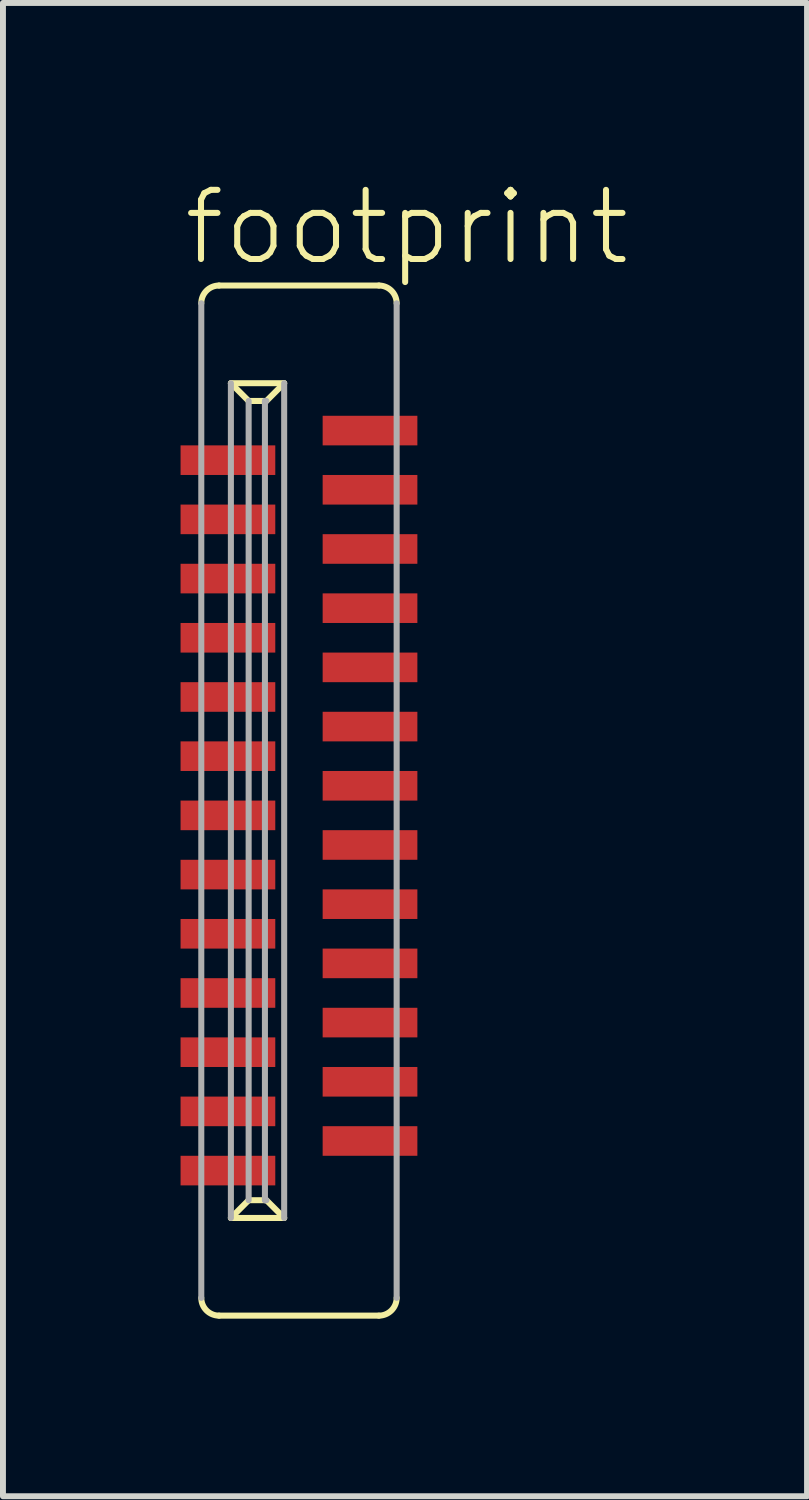
<source format=kicad_pcb>
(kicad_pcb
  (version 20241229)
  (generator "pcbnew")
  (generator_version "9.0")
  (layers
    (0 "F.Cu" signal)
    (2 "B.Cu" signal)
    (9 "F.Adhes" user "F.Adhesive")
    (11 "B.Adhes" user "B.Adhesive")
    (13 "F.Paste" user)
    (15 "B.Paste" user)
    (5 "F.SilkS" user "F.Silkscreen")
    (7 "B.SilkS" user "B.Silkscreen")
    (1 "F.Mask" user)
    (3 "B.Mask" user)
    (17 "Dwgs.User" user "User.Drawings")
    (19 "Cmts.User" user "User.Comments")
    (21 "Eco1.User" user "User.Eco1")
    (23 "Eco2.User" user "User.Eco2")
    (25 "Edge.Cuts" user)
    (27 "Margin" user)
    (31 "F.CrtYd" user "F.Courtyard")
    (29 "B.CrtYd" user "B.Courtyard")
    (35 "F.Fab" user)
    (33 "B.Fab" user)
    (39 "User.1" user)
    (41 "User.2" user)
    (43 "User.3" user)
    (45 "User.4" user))
  (footprint "footprint"
    (layer "F.Cu")
    (at 2 10.473)
    (property "Reference" "footprint" (at -2 -9 0) (layer "F.SilkS") (effects (font (size 1.168 1.168) (thickness 0.102)) (justify left bottom)))
    (fp_line (start -1.35 8.7) (end 1.35 8.7) (stroke (width 0.102) (type solid)) (layer "F.SilkS"))
    (fp_line (start -1.15 7.05) (end -0.85 6.75) (stroke (width 0.102) (type solid)) (layer "F.SilkS"))
    (fp_line (start -0.85 -6.75) (end -1.15 -7.05) (stroke (width 0.102) (type solid)) (layer "F.SilkS"))
    (fp_line (start -0.575 -6.75) (end -0.85 -6.75) (stroke (width 0.102) (type solid)) (layer "F.SilkS"))
    (fp_line (start -0.575 6.75) (end -0.85 6.75) (stroke (width 0.102) (type solid)) (layer "F.SilkS"))
    (fp_line (start -0.25 -7.05) (end -1.15 -7.05) (stroke (width 0.102) (type solid)) (layer "F.SilkS"))
    (fp_line (start -0.25 -7.05) (end -0.55 -6.75) (stroke (width 0.102) (type solid)) (layer "F.SilkS"))
    (fp_line (start -0.25 7.05) (end -1.15 7.05) (stroke (width 0.102) (type solid)) (layer "F.SilkS"))
    (fp_line (start -0.25 7.05) (end -0.55 6.75) (stroke (width 0.102) (type solid)) (layer "F.SilkS"))
    (fp_line (start 1.35 -8.7) (end -1.35 -8.7) (stroke (width 0.102) (type solid)) (layer "F.SilkS"))
    (fp_arc (start -1.65 -8.4) (mid -1.562132 -8.612132) (end -1.35 -8.7) (stroke (width 0.1016) (type solid)) (layer "F.SilkS"))
    (fp_arc (start -1.35 8.7) (mid -1.562132 8.612132) (end -1.65 8.4) (stroke (width 0.1016) (type solid)) (layer "F.SilkS"))
    (fp_arc (start 1.35 -8.7) (mid 1.562132 -8.612132) (end 1.65 -8.4) (stroke (width 0.1016) (type solid)) (layer "F.SilkS"))
    (fp_arc (start 1.65 8.4) (mid 1.562132 8.612132) (end 1.35 8.7) (stroke (width 0.1016) (type solid)) (layer "F.SilkS"))
    (fp_line (start -1.65 -8.4) (end -1.65 8.4) (stroke (width 0.102) (type solid)) (layer "F.Fab"))
    (fp_line (start -1.15 -7.05) (end -1.15 7.05) (stroke (width 0.102) (type solid)) (layer "F.Fab"))
    (fp_line (start -0.85 -6.75) (end -0.85 6.75) (stroke (width 0.102) (type solid)) (layer "F.Fab"))
    (fp_line (start -0.575 -6.75) (end -0.575 6.75) (stroke (width 0.102) (type solid)) (layer "F.Fab"))
    (fp_line (start -0.55 -6.75) (end -0.575 -6.75) (stroke (width 0.102) (type solid)) (layer "F.Fab"))
    (fp_line (start -0.55 6.75) (end -0.575 6.75) (stroke (width 0.102) (type solid)) (layer "F.Fab"))
    (fp_line (start -0.25 -7.05) (end -0.25 7.05) (stroke (width 0.102) (type solid)) (layer "F.Fab"))
    (fp_line (start 1.65 8.4) (end 1.65 -8.4) (stroke (width 0.102) (type solid)) (layer "F.Fab"))
    (pad "1" smd rect (at 1.2 -6.25 270) (size 0.5 1.6) (layers "F.Cu" "F.Mask" "F.Paste"))
    (pad "2" smd rect (at -1.2 -5.75 90) (size 0.5 1.6) (layers "F.Cu" "F.Mask" "F.Paste"))
    (pad "3" smd rect (at 1.2 -5.25 270) (size 0.5 1.6) (layers "F.Cu" "F.Mask" "F.Paste"))
    (pad "4" smd rect (at -1.2 -4.75 90) (size 0.5 1.6) (layers "F.Cu" "F.Mask" "F.Paste"))
    (pad "5" smd rect (at 1.2 -4.25 270) (size 0.5 1.6) (layers "F.Cu" "F.Mask" "F.Paste"))
    (pad "6" smd rect (at -1.2 -3.75 90) (size 0.5 1.6) (layers "F.Cu" "F.Mask" "F.Paste"))
    (pad "7" smd rect (at 1.2 -3.25 270) (size 0.5 1.6) (layers "F.Cu" "F.Mask" "F.Paste"))
    (pad "8" smd rect (at -1.2 -2.75 90) (size 0.5 1.6) (layers "F.Cu" "F.Mask" "F.Paste"))
    (pad "9" smd rect (at 1.2 -2.25 270) (size 0.5 1.6) (layers "F.Cu" "F.Mask" "F.Paste"))
    (pad "10" smd rect (at -1.2 -1.75 90) (size 0.5 1.6) (layers "F.Cu" "F.Mask" "F.Paste"))
    (pad "11" smd rect (at 1.2 -1.25 270) (size 0.5 1.6) (layers "F.Cu" "F.Mask" "F.Paste"))
    (pad "12" smd rect (at -1.2 -0.75 90) (size 0.5 1.6) (layers "F.Cu" "F.Mask" "F.Paste"))
    (pad "13" smd rect (at 1.2 -0.25 270) (size 0.5 1.6) (layers "F.Cu" "F.Mask" "F.Paste"))
    (pad "14" smd rect (at -1.2 0.25 90) (size 0.5 1.6) (layers "F.Cu" "F.Mask" "F.Paste"))
    (pad "15" smd rect (at 1.2 0.75 270) (size 0.5 1.6) (layers "F.Cu" "F.Mask" "F.Paste"))
    (pad "16" smd rect (at -1.2 1.25 90) (size 0.5 1.6) (layers "F.Cu" "F.Mask" "F.Paste"))
    (pad "17" smd rect (at 1.2 1.75 270) (size 0.5 1.6) (layers "F.Cu" "F.Mask" "F.Paste"))
    (pad "18" smd rect (at -1.2 2.25 90) (size 0.5 1.6) (layers "F.Cu" "F.Mask" "F.Paste"))
    (pad "19" smd rect (at 1.2 2.75 270) (size 0.5 1.6) (layers "F.Cu" "F.Mask" "F.Paste"))
    (pad "20" smd rect (at -1.2 3.25 90) (size 0.5 1.6) (layers "F.Cu" "F.Mask" "F.Paste"))
    (pad "21" smd rect (at 1.2 3.75 270) (size 0.5 1.6) (layers "F.Cu" "F.Mask" "F.Paste"))
    (pad "22" smd rect (at -1.2 4.25 90) (size 0.5 1.6) (layers "F.Cu" "F.Mask" "F.Paste"))
    (pad "23" smd rect (at 1.2 4.75 270) (size 0.5 1.6) (layers "F.Cu" "F.Mask" "F.Paste"))
    (pad "24" smd rect (at -1.2 5.25 90) (size 0.5 1.6) (layers "F.Cu" "F.Mask" "F.Paste"))
    (pad "25" smd rect (at 1.2 5.75 270) (size 0.5 1.6) (layers "F.Cu" "F.Mask" "F.Paste"))
    (pad "26" smd rect (at -1.2 6.25 90) (size 0.5 1.6) (layers "F.Cu" "F.Mask" "F.Paste")))
  (gr_rect
    (start -3 -3)
    (end 10.582 22.224)
    (stroke (width 0.1) (type default))
    (fill no)
    (layer "Edge.Cuts")))
</source>
